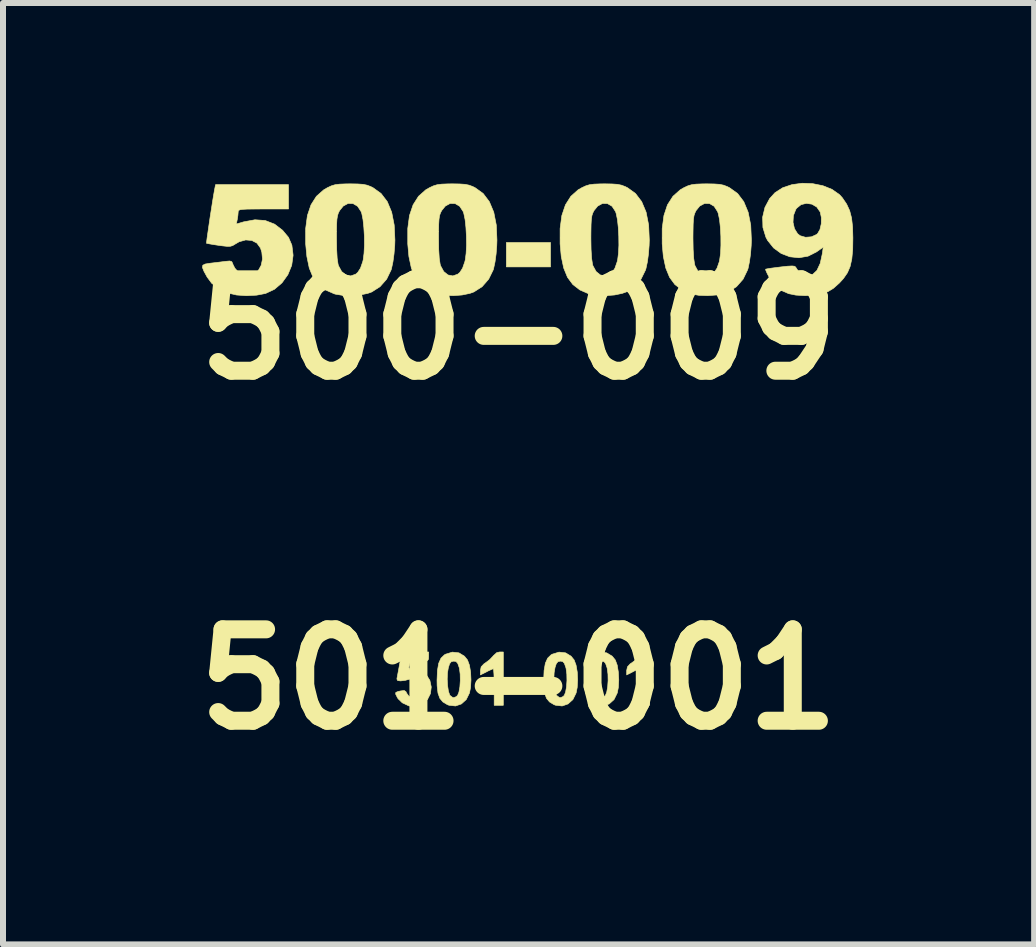
<source format=kicad_pcb>
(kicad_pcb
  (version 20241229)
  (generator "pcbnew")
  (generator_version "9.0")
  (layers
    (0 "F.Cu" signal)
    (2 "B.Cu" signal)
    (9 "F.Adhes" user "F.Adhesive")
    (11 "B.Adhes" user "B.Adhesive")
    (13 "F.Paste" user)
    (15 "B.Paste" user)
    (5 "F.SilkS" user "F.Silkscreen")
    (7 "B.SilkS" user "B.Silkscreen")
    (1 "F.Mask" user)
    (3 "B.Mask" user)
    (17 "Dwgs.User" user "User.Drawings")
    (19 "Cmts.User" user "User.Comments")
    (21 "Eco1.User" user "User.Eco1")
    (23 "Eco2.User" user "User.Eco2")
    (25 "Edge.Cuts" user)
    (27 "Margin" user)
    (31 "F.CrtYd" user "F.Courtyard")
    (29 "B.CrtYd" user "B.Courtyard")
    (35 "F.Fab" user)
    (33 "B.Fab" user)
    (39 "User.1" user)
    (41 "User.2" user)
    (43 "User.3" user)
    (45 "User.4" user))
  (footprint "500-009"
    (layer "F.Cu")
    (at 5.595 2.441)
    (property "Reference" "500-009" (at 0 0 0) (layer "F.SilkS") (effects (font (size 1.524 1.524) (thickness 0.3))))
    (attr through_hole)
    (fp_poly (pts (xy 0.533 -1.041) (xy -0.203 -1.041) (xy -0.203 -1.448) (xy 0.533 -1.448) (xy 0.533 -1.041)) (stroke (width 0.01) (type solid)) (fill yes) (layer "F.SilkS"))
    (fp_poly (pts (xy -2.683 -2.424) (xy -2.594 -2.418) (xy -2.526 -2.404) (xy -2.463 -2.38) (xy -2.425 -2.361) (xy -2.292 -2.265) (xy -2.188 -2.129) (xy -2.115 -1.953) (xy -2.073 -1.739) (xy -2.061 -1.488) (xy -2.064 -1.399) (xy -2.076 -1.257) (xy -2.094 -1.124) (xy -2.117 -1.017) (xy -2.124 -0.992) (xy -2.199 -0.837) (xy -2.309 -0.712) (xy -2.446 -0.624) (xy -2.513 -0.6) (xy -2.642 -0.573) (xy -2.789 -0.562) (xy -2.934 -0.567) (xy -3.054 -0.587) (xy -3.074 -0.593) (xy -3.221 -0.658) (xy -3.337 -0.748) (xy -3.426 -0.868) (xy -3.489 -1.022) (xy -3.529 -1.215) (xy -3.549 -1.425) (xy -3.549 -1.524) (xy -3.035 -1.524) (xy -3.032 -1.333) (xy -3.024 -1.186) (xy -3.009 -1.087) (xy -3.002 -1.061) (xy -2.949 -0.964) (xy -2.878 -0.907) (xy -2.797 -0.891) (xy -2.715 -0.92) (xy -2.681 -0.949) (xy -2.635 -1.02) (xy -2.598 -1.126) (xy -2.59 -1.158) (xy -2.576 -1.267) (xy -2.569 -1.403) (xy -2.57 -1.552) (xy -2.579 -1.698) (xy -2.593 -1.829) (xy -2.613 -1.93) (xy -2.624 -1.962) (xy -2.683 -2.052) (xy -2.759 -2.097) (xy -2.842 -2.099) (xy -2.922 -2.056) (xy -2.983 -1.981) (xy -3.004 -1.94) (xy -3.018 -1.895) (xy -3.028 -1.834) (xy -3.033 -1.749) (xy -3.035 -1.629) (xy -3.035 -1.524) (xy -3.549 -1.524) (xy -3.549 -1.681) (xy -3.52 -1.898) (xy -3.46 -2.076) (xy -3.37 -2.218) (xy -3.248 -2.326) (xy -3.188 -2.361) (xy -3.122 -2.392) (xy -3.06 -2.411) (xy -2.985 -2.421) (xy -2.883 -2.425) (xy -2.807 -2.426) (xy -2.683 -2.424)) (stroke (width 0.01) (type solid)) (fill yes) (layer "F.SilkS"))
    (fp_poly (pts (xy -0.981 -2.424) (xy -0.892 -2.418) (xy -0.824 -2.404) (xy -0.761 -2.38) (xy -0.723 -2.361) (xy -0.59 -2.265) (xy -0.487 -2.129) (xy -0.413 -1.953) (xy -0.371 -1.739) (xy -0.36 -1.488) (xy -0.363 -1.399) (xy -0.374 -1.257) (xy -0.392 -1.124) (xy -0.415 -1.017) (xy -0.422 -0.992) (xy -0.498 -0.837) (xy -0.607 -0.712) (xy -0.744 -0.624) (xy -0.811 -0.6) (xy -0.94 -0.573) (xy -1.088 -0.562) (xy -1.232 -0.567) (xy -1.353 -0.587) (xy -1.372 -0.593) (xy -1.519 -0.658) (xy -1.635 -0.748) (xy -1.724 -0.868) (xy -1.787 -1.022) (xy -1.828 -1.215) (xy -1.847 -1.425) (xy -1.847 -1.524) (xy -1.333 -1.524) (xy -1.331 -1.333) (xy -1.322 -1.186) (xy -1.307 -1.087) (xy -1.3 -1.061) (xy -1.247 -0.964) (xy -1.176 -0.907) (xy -1.095 -0.891) (xy -1.014 -0.92) (xy -0.979 -0.949) (xy -0.933 -1.02) (xy -0.896 -1.126) (xy -0.888 -1.158) (xy -0.874 -1.267) (xy -0.867 -1.403) (xy -0.869 -1.552) (xy -0.877 -1.698) (xy -0.891 -1.829) (xy -0.912 -1.93) (xy -0.922 -1.962) (xy -0.981 -2.052) (xy -1.057 -2.097) (xy -1.14 -2.099) (xy -1.22 -2.056) (xy -1.281 -1.981) (xy -1.302 -1.94) (xy -1.317 -1.895) (xy -1.326 -1.834) (xy -1.331 -1.749) (xy -1.333 -1.629) (xy -1.333 -1.524) (xy -1.847 -1.524) (xy -1.847 -1.681) (xy -1.818 -1.898) (xy -1.758 -2.076) (xy -1.668 -2.218) (xy -1.547 -2.326) (xy -1.486 -2.361) (xy -1.42 -2.392) (xy -1.358 -2.411) (xy -1.283 -2.421) (xy -1.182 -2.425) (xy -1.105 -2.426) (xy -0.981 -2.424)) (stroke (width 0.01) (type solid)) (fill yes) (layer "F.SilkS"))
    (fp_poly (pts (xy 1.559 -2.424) (xy 1.648 -2.418) (xy 1.716 -2.404) (xy 1.779 -2.38) (xy 1.817 -2.361) (xy 1.95 -2.265) (xy 2.053 -2.129) (xy 2.127 -1.953) (xy 2.169 -1.739) (xy 2.18 -1.488) (xy 2.177 -1.399) (xy 2.166 -1.257) (xy 2.148 -1.124) (xy 2.125 -1.017) (xy 2.118 -0.992) (xy 2.042 -0.837) (xy 1.933 -0.712) (xy 1.796 -0.624) (xy 1.729 -0.6) (xy 1.6 -0.573) (xy 1.452 -0.562) (xy 1.308 -0.567) (xy 1.187 -0.587) (xy 1.168 -0.593) (xy 1.021 -0.658) (xy 0.905 -0.748) (xy 0.816 -0.868) (xy 0.753 -1.022) (xy 0.712 -1.215) (xy 0.693 -1.425) (xy 0.693 -1.524) (xy 1.206 -1.524) (xy 1.209 -1.333) (xy 1.218 -1.186) (xy 1.233 -1.087) (xy 1.24 -1.061) (xy 1.293 -0.964) (xy 1.364 -0.907) (xy 1.445 -0.891) (xy 1.526 -0.92) (xy 1.561 -0.949) (xy 1.607 -1.02) (xy 1.644 -1.126) (xy 1.652 -1.158) (xy 1.666 -1.267) (xy 1.673 -1.403) (xy 1.671 -1.552) (xy 1.663 -1.698) (xy 1.649 -1.829) (xy 1.628 -1.93) (xy 1.618 -1.962) (xy 1.559 -2.052) (xy 1.483 -2.097) (xy 1.4 -2.099) (xy 1.32 -2.056) (xy 1.259 -1.981) (xy 1.238 -1.94) (xy 1.223 -1.895) (xy 1.214 -1.834) (xy 1.209 -1.749) (xy 1.207 -1.629) (xy 1.206 -1.524) (xy 0.693 -1.524) (xy 0.693 -1.681) (xy 0.722 -1.898) (xy 0.782 -2.076) (xy 0.872 -2.218) (xy 0.993 -2.326) (xy 1.054 -2.361) (xy 1.12 -2.392) (xy 1.182 -2.411) (xy 1.257 -2.421) (xy 1.358 -2.425) (xy 1.435 -2.426) (xy 1.559 -2.424)) (stroke (width 0.01) (type solid)) (fill yes) (layer "F.SilkS"))
    (fp_poly (pts (xy 3.261 -2.424) (xy 3.35 -2.418) (xy 3.418 -2.404) (xy 3.48 -2.38) (xy 3.518 -2.361) (xy 3.652 -2.265) (xy 3.755 -2.129) (xy 3.828 -1.953) (xy 3.871 -1.739) (xy 3.882 -1.488) (xy 3.879 -1.399) (xy 3.868 -1.257) (xy 3.849 -1.124) (xy 3.827 -1.017) (xy 3.819 -0.992) (xy 3.744 -0.837) (xy 3.634 -0.712) (xy 3.498 -0.624) (xy 3.431 -0.6) (xy 3.301 -0.573) (xy 3.154 -0.562) (xy 3.01 -0.567) (xy 2.889 -0.587) (xy 2.87 -0.593) (xy 2.723 -0.658) (xy 2.606 -0.748) (xy 2.518 -0.868) (xy 2.455 -1.022) (xy 2.414 -1.215) (xy 2.395 -1.425) (xy 2.395 -1.524) (xy 2.908 -1.524) (xy 2.911 -1.333) (xy 2.92 -1.186) (xy 2.935 -1.087) (xy 2.942 -1.061) (xy 2.995 -0.964) (xy 3.066 -0.907) (xy 3.147 -0.891) (xy 3.228 -0.92) (xy 3.262 -0.949) (xy 3.309 -1.02) (xy 3.346 -1.126) (xy 3.353 -1.158) (xy 3.368 -1.267) (xy 3.374 -1.403) (xy 3.373 -1.552) (xy 3.365 -1.698) (xy 3.351 -1.829) (xy 3.33 -1.93) (xy 3.319 -1.962) (xy 3.261 -2.052) (xy 3.185 -2.097) (xy 3.102 -2.099) (xy 3.021 -2.056) (xy 2.96 -1.981) (xy 2.94 -1.94) (xy 2.925 -1.895) (xy 2.916 -1.834) (xy 2.911 -1.749) (xy 2.909 -1.629) (xy 2.908 -1.524) (xy 2.395 -1.524) (xy 2.395 -1.681) (xy 2.424 -1.898) (xy 2.483 -2.076) (xy 2.574 -2.218) (xy 2.695 -2.326) (xy 2.755 -2.361) (xy 2.821 -2.392) (xy 2.884 -2.411) (xy 2.959 -2.421) (xy 3.06 -2.425) (xy 3.137 -2.426) (xy 3.261 -2.424)) (stroke (width 0.01) (type solid)) (fill yes) (layer "F.SilkS"))
    (fp_poly (pts (xy -3.835 -2.007) (xy -4.255 -2.007) (xy -4.409 -2.006) (xy -4.521 -2.005) (xy -4.595 -2.001) (xy -4.641 -1.995) (xy -4.664 -1.984) (xy -4.673 -1.97) (xy -4.674 -1.959) (xy -4.679 -1.899) (xy -4.689 -1.834) (xy -4.705 -1.756) (xy -4.584 -1.792) (xy -4.395 -1.827) (xy -4.224 -1.815) (xy -4.067 -1.754) (xy -3.933 -1.651) (xy -3.835 -1.533) (xy -3.779 -1.404) (xy -3.76 -1.25) (xy -3.759 -1.23) (xy -3.782 -1.066) (xy -3.846 -0.911) (xy -3.944 -0.775) (xy -4.069 -0.668) (xy -4.214 -0.6) (xy -4.215 -0.599) (xy -4.367 -0.57) (xy -4.538 -0.561) (xy -4.704 -0.573) (xy -4.839 -0.605) (xy -4.997 -0.676) (xy -5.115 -0.768) (xy -5.192 -0.872) (xy -5.245 -0.969) (xy -5.27 -1.032) (xy -5.264 -1.069) (xy -5.225 -1.089) (xy -5.152 -1.101) (xy -5.138 -1.103) (xy -5.034 -1.115) (xy -4.93 -1.128) (xy -4.884 -1.134) (xy -4.816 -1.14) (xy -4.782 -1.13) (xy -4.765 -1.097) (xy -4.761 -1.082) (xy -4.73 -1.021) (xy -4.677 -0.96) (xy -4.669 -0.952) (xy -4.577 -0.9) (xy -4.487 -0.892) (xy -4.406 -0.921) (xy -4.338 -0.982) (xy -4.291 -1.067) (xy -4.269 -1.171) (xy -4.28 -1.286) (xy -4.302 -1.355) (xy -4.361 -1.437) (xy -4.446 -1.482) (xy -4.549 -1.491) (xy -4.659 -1.46) (xy -4.724 -1.422) (xy -4.765 -1.397) (xy -4.805 -1.385) (xy -4.86 -1.384) (xy -4.944 -1.393) (xy -4.995 -1.4) (xy -5.089 -1.414) (xy -5.162 -1.427) (xy -5.199 -1.434) (xy -5.202 -1.435) (xy -5.2 -1.461) (xy -5.192 -1.526) (xy -5.178 -1.623) (xy -5.161 -1.741) (xy -5.142 -1.871) (xy -5.121 -2.004) (xy -5.102 -2.128) (xy -5.084 -2.236) (xy -5.07 -2.317) (xy -5.065 -2.343) (xy -5.051 -2.413) (xy -3.835 -2.413) (xy -3.835 -2.007)) (stroke (width 0.01) (type solid)) (fill yes) (layer "F.SilkS"))
    (fp_poly (pts (xy 4.905 -2.429) (xy 5.074 -2.395) (xy 5.226 -2.334) (xy 5.351 -2.246) (xy 5.399 -2.193) (xy 5.47 -2.088) (xy 5.52 -1.98) (xy 5.552 -1.857) (xy 5.569 -1.709) (xy 5.574 -1.524) (xy 5.571 -1.328) (xy 5.556 -1.173) (xy 5.528 -1.048) (xy 5.483 -0.943) (xy 5.418 -0.849) (xy 5.349 -0.773) (xy 5.249 -0.684) (xy 5.155 -0.627) (xy 5.079 -0.599) (xy 4.938 -0.571) (xy 4.779 -0.562) (xy 4.623 -0.571) (xy 4.504 -0.595) (xy 4.367 -0.655) (xy 4.263 -0.743) (xy 4.181 -0.863) (xy 4.144 -0.935) (xy 4.122 -0.985) (xy 4.119 -1.003) (xy 4.146 -1.009) (xy 4.212 -1.02) (xy 4.306 -1.032) (xy 4.368 -1.04) (xy 4.485 -1.053) (xy 4.561 -1.057) (xy 4.603 -1.052) (xy 4.619 -1.039) (xy 4.62 -1.038) (xy 4.658 -0.979) (xy 4.72 -0.925) (xy 4.786 -0.892) (xy 4.809 -0.889) (xy 4.901 -0.913) (xy 4.975 -0.983) (xy 5.03 -1.101) (xy 5.065 -1.263) (xy 5.08 -1.371) (xy 4.967 -1.291) (xy 4.826 -1.22) (xy 4.675 -1.194) (xy 4.523 -1.21) (xy 4.379 -1.265) (xy 4.253 -1.357) (xy 4.152 -1.483) (xy 4.124 -1.536) (xy 4.074 -1.699) (xy 4.072 -1.785) (xy 4.576 -1.785) (xy 4.6 -1.679) (xy 4.652 -1.595) (xy 4.695 -1.561) (xy 4.785 -1.535) (xy 4.884 -1.543) (xy 4.969 -1.582) (xy 4.986 -1.597) (xy 5.025 -1.664) (xy 5.047 -1.759) (xy 5.049 -1.863) (xy 5.03 -1.954) (xy 5.029 -1.957) (xy 4.972 -2.039) (xy 4.891 -2.087) (xy 4.799 -2.101) (xy 4.709 -2.079) (xy 4.636 -2.019) (xy 4.622 -1.999) (xy 4.582 -1.896) (xy 4.576 -1.785) (xy 4.072 -1.785) (xy 4.069 -1.869) (xy 4.108 -2.033) (xy 4.187 -2.181) (xy 4.276 -2.279) (xy 4.404 -2.361) (xy 4.559 -2.413) (xy 4.73 -2.436) (xy 4.905 -2.429)) (stroke (width 0.01) (type solid)) (fill yes) (layer "F.SilkS")))
  (footprint "501-001"
    (layer "F.Cu")
    (at 5.595 8.277)
    (property "Reference" "501-001" (at 0 0 0) (layer "F.SilkS") (effects (font (size 1.524 1.524) (thickness 0.3))))
    (attr through_hole)
    (fp_poly (pts (xy 0.356 0.203) (xy 0.025 0.203) (xy 0.025 0.025) (xy 0.356 0.025) (xy 0.356 0.203)) (stroke (width 0.01) (type solid)) (fill yes) (layer "F.SilkS"))
    (fp_poly (pts (xy -0.254 0.432) (xy -0.406 0.432) (xy -0.406 0.127) (xy -0.407 0.009) (xy -0.41 -0.087) (xy -0.415 -0.153) (xy -0.42 -0.178) (xy -0.42 -0.178) (xy -0.449 -0.167) (xy -0.506 -0.141) (xy -0.534 -0.126) (xy -0.635 -0.075) (xy -0.635 -0.15) (xy -0.623 -0.21) (xy -0.577 -0.259) (xy -0.549 -0.278) (xy -0.48 -0.33) (xy -0.426 -0.387) (xy -0.421 -0.394) (xy -0.364 -0.446) (xy -0.317 -0.457) (xy -0.254 -0.457) (xy -0.254 0.432)) (stroke (width 0.01) (type solid)) (fill yes) (layer "F.SilkS"))
    (fp_poly (pts (xy 2.184 0.432) (xy 2.032 0.432) (xy 2.032 0.127) (xy 2.031 0.009) (xy 2.028 -0.087) (xy 2.024 -0.153) (xy 2.018 -0.178) (xy 2.018 -0.178) (xy 1.989 -0.167) (xy 1.932 -0.141) (xy 1.904 -0.126) (xy 1.803 -0.075) (xy 1.803 -0.15) (xy 1.816 -0.21) (xy 1.861 -0.259) (xy 1.89 -0.278) (xy 1.958 -0.33) (xy 2.012 -0.387) (xy 2.017 -0.394) (xy 2.075 -0.446) (xy 2.121 -0.457) (xy 2.184 -0.457) (xy 2.184 0.432)) (stroke (width 0.01) (type solid)) (fill yes) (layer "F.SilkS"))
    (fp_poly (pts (xy -0.994 -0.443) (xy -0.902 -0.387) (xy -0.851 -0.324) (xy -0.819 -0.238) (xy -0.799 -0.122) (xy -0.793 0.009) (xy -0.8 0.135) (xy -0.818 0.226) (xy -0.872 0.336) (xy -0.953 0.409) (xy -1.051 0.443) (xy -1.159 0.431) (xy -1.186 0.421) (xy -1.261 0.376) (xy -1.312 0.315) (xy -1.343 0.229) (xy -1.357 0.108) (xy -1.359 0.014) (xy -1.358 -0.004) (xy -1.189 -0.004) (xy -1.183 0.104) (xy -1.169 0.197) (xy -1.148 0.259) (xy -1.143 0.267) (xy -1.101 0.299) (xy -1.079 0.305) (xy -1.038 0.287) (xy -1.016 0.267) (xy -0.994 0.213) (xy -0.978 0.125) (xy -0.971 0.02) (xy -0.973 -0.088) (xy -0.985 -0.181) (xy -0.989 -0.197) (xy -1.013 -0.266) (xy -1.041 -0.298) (xy -1.079 -0.305) (xy -1.121 -0.296) (xy -1.149 -0.261) (xy -1.17 -0.197) (xy -1.185 -0.109) (xy -1.189 -0.004) (xy -1.358 -0.004) (xy -1.352 -0.149) (xy -1.331 -0.269) (xy -1.293 -0.354) (xy -1.236 -0.409) (xy -1.217 -0.42) (xy -1.103 -0.455) (xy -0.994 -0.443)) (stroke (width 0.01) (type solid)) (fill yes) (layer "F.SilkS"))
    (fp_poly (pts (xy 0.784 -0.443) (xy 0.876 -0.387) (xy 0.927 -0.324) (xy 0.959 -0.238) (xy 0.979 -0.122) (xy 0.985 0.009) (xy 0.978 0.135) (xy 0.96 0.226) (xy 0.906 0.336) (xy 0.825 0.409) (xy 0.727 0.443) (xy 0.619 0.431) (xy 0.592 0.421) (xy 0.517 0.376) (xy 0.466 0.315) (xy 0.435 0.229) (xy 0.421 0.108) (xy 0.419 0.014) (xy 0.42 -0.004) (xy 0.589 -0.004) (xy 0.595 0.104) (xy 0.609 0.197) (xy 0.63 0.259) (xy 0.635 0.267) (xy 0.677 0.299) (xy 0.699 0.305) (xy 0.74 0.287) (xy 0.762 0.267) (xy 0.784 0.213) (xy 0.8 0.125) (xy 0.807 0.02) (xy 0.805 -0.088) (xy 0.793 -0.181) (xy 0.789 -0.197) (xy 0.765 -0.266) (xy 0.737 -0.298) (xy 0.699 -0.305) (xy 0.657 -0.296) (xy 0.629 -0.261) (xy 0.608 -0.197) (xy 0.593 -0.109) (xy 0.589 -0.004) (xy 0.42 -0.004) (xy 0.426 -0.149) (xy 0.447 -0.269) (xy 0.485 -0.354) (xy 0.542 -0.409) (xy 0.561 -0.42) (xy 0.675 -0.455) (xy 0.784 -0.443)) (stroke (width 0.01) (type solid)) (fill yes) (layer "F.SilkS"))
    (fp_poly (pts (xy 1.469 -0.443) (xy 1.562 -0.387) (xy 1.613 -0.324) (xy 1.645 -0.238) (xy 1.664 -0.122) (xy 1.671 0.009) (xy 1.664 0.135) (xy 1.646 0.226) (xy 1.592 0.336) (xy 1.511 0.409) (xy 1.413 0.443) (xy 1.305 0.431) (xy 1.278 0.421) (xy 1.203 0.376) (xy 1.151 0.315) (xy 1.121 0.229) (xy 1.107 0.108) (xy 1.105 0.014) (xy 1.106 -0.004) (xy 1.275 -0.004) (xy 1.281 0.104) (xy 1.294 0.197) (xy 1.316 0.259) (xy 1.321 0.267) (xy 1.363 0.299) (xy 1.384 0.305) (xy 1.426 0.287) (xy 1.448 0.267) (xy 1.47 0.213) (xy 1.486 0.125) (xy 1.493 0.02) (xy 1.491 -0.088) (xy 1.479 -0.181) (xy 1.475 -0.197) (xy 1.451 -0.266) (xy 1.423 -0.298) (xy 1.384 -0.305) (xy 1.342 -0.296) (xy 1.315 -0.261) (xy 1.294 -0.197) (xy 1.279 -0.109) (xy 1.275 -0.004) (xy 1.106 -0.004) (xy 1.111 -0.149) (xy 1.133 -0.269) (xy 1.171 -0.354) (xy 1.228 -0.409) (xy 1.247 -0.42) (xy 1.361 -0.455) (xy 1.469 -0.443)) (stroke (width 0.01) (type solid)) (fill yes) (layer "F.SilkS"))
    (fp_poly (pts (xy -1.499 -0.381) (xy -1.501 -0.339) (xy -1.515 -0.316) (xy -1.553 -0.307) (xy -1.628 -0.305) (xy -1.648 -0.305) (xy -1.74 -0.301) (xy -1.792 -0.288) (xy -1.813 -0.265) (xy -1.83 -0.201) (xy -1.812 -0.166) (xy -1.753 -0.153) (xy -1.719 -0.152) (xy -1.635 -0.144) (xy -1.572 -0.11) (xy -1.539 -0.079) (xy -1.478 0.017) (xy -1.455 0.127) (xy -1.469 0.237) (xy -1.518 0.334) (xy -1.582 0.391) (xy -1.659 0.425) (xy -1.746 0.444) (xy -1.82 0.443) (xy -1.829 0.441) (xy -1.938 0.39) (xy -2.008 0.322) (xy -2.023 0.297) (xy -2.049 0.244) (xy -2.046 0.217) (xy -2.007 0.201) (xy -1.964 0.192) (xy -1.906 0.185) (xy -1.877 0.204) (xy -1.867 0.227) (xy -1.829 0.28) (xy -1.768 0.299) (xy -1.704 0.282) (xy -1.672 0.255) (xy -1.63 0.169) (xy -1.639 0.081) (xy -1.674 0.022) (xy -1.711 -0.016) (xy -1.749 -0.024) (xy -1.809 -0.006) (xy -1.89 0.016) (xy -1.965 0.025) (xy -1.967 0.025) (xy -2.016 0.019) (xy -2.028 -0.007) (xy -2.024 -0.032) (xy -2.014 -0.085) (xy -1.998 -0.17) (xy -1.98 -0.269) (xy -1.979 -0.273) (xy -1.948 -0.457) (xy -1.499 -0.457) (xy -1.499 -0.381)) (stroke (width 0.01) (type solid)) (fill yes) (layer "F.SilkS")))
  (gr_rect
    (start -3 -3)
    (end 14.191 12.695)
    (stroke (width 0.1) (type default))
    (fill no)
    (layer "Edge.Cuts")))
</source>
